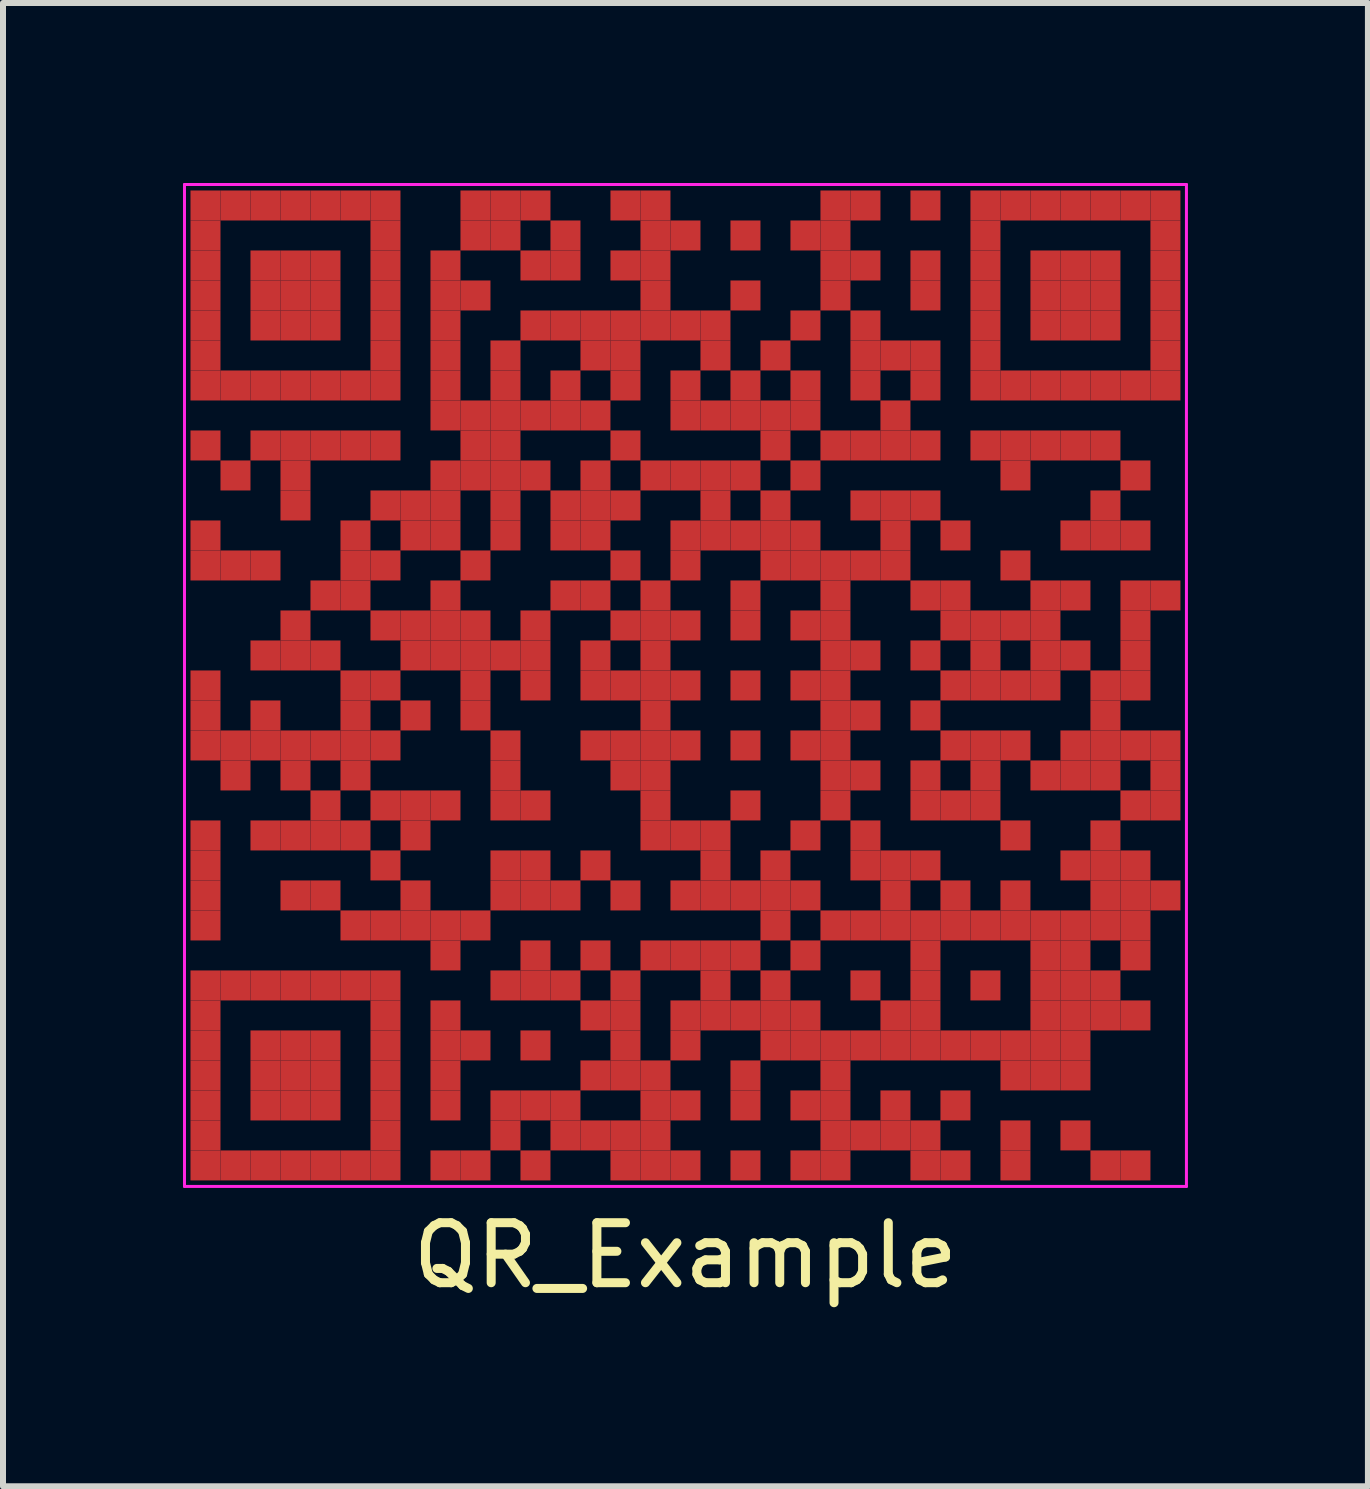
<source format=kicad_pcb>
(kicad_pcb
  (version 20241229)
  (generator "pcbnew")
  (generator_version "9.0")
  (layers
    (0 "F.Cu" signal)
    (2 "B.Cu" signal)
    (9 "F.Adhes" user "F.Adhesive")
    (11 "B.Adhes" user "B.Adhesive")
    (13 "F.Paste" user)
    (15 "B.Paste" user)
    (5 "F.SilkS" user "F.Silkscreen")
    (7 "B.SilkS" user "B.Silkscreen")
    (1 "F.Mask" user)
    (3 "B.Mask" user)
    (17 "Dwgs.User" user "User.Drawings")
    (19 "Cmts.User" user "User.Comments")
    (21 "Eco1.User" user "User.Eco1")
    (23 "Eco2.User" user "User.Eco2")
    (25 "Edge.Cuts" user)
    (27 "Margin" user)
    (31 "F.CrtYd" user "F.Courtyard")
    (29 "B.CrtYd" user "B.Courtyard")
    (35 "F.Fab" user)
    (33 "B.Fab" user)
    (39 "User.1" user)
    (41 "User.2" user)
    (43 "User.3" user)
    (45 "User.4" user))
  (footprint "QR_Example"
    (layer "F.Cu")
    (at 8.375 8.375)
    (property "Reference" "QR_Example" (at 0 9.5 0) (layer "F.SilkS") (effects (font (size 1 1) (thickness 0.15))))
    (attr through_hole)
    (fp_poly (pts (xy 8.3 8.3) (xy 8.3 -8.3) (xy -8.3 -8.3) (xy -8.3 8.3)) (stroke (width 0) (type solid)) (fill yes) (layer "F.Mask"))
    (fp_line (start -8.35 -8.35) (end 8.35 -8.35) (stroke (width 0.05) (type solid)) (layer "F.CrtYd"))
    (fp_line (start -8.35 8.35) (end -8.35 -8.35) (stroke (width 0.05) (type solid)) (layer "F.CrtYd"))
    (fp_line (start 8.35 -8.35) (end 8.35 8.35) (stroke (width 0.05) (type solid)) (layer "F.CrtYd"))
    (fp_line (start 8.35 8.35) (end -8.35 8.35) (stroke (width 0.05) (type solid)) (layer "F.CrtYd"))
    (pad "" smd rect (at -8 -8) (size 0.5 0.5) (layers "F.Cu"))
    (pad "" smd rect (at -8 -7.5) (size 0.5 0.5) (layers "F.Cu"))
    (pad "" smd rect (at -8 -7) (size 0.5 0.5) (layers "F.Cu"))
    (pad "" smd rect (at -8 -6.5) (size 0.5 0.5) (layers "F.Cu"))
    (pad "" smd rect (at -8 -6) (size 0.5 0.5) (layers "F.Cu"))
    (pad "" smd rect (at -8 -5.5) (size 0.5 0.5) (layers "F.Cu"))
    (pad "" smd rect (at -8 -5) (size 0.5 0.5) (layers "F.Cu"))
    (pad "" smd rect (at -8 -4) (size 0.5 0.5) (layers "F.Cu"))
    (pad "" smd rect (at -8 -2.5) (size 0.5 0.5) (layers "F.Cu"))
    (pad "" smd rect (at -8 -2) (size 0.5 0.5) (layers "F.Cu"))
    (pad "" smd rect (at -8 0) (size 0.5 0.5) (layers "F.Cu"))
    (pad "" smd rect (at -8 0.5) (size 0.5 0.5) (layers "F.Cu"))
    (pad "" smd rect (at -8 1) (size 0.5 0.5) (layers "F.Cu"))
    (pad "" smd rect (at -8 2.5) (size 0.5 0.5) (layers "F.Cu"))
    (pad "" smd rect (at -8 3) (size 0.5 0.5) (layers "F.Cu"))
    (pad "" smd rect (at -8 3.5) (size 0.5 0.5) (layers "F.Cu"))
    (pad "" smd rect (at -8 4) (size 0.5 0.5) (layers "F.Cu"))
    (pad "" smd rect (at -8 5) (size 0.5 0.5) (layers "F.Cu"))
    (pad "" smd rect (at -8 5.5) (size 0.5 0.5) (layers "F.Cu"))
    (pad "" smd rect (at -8 6) (size 0.5 0.5) (layers "F.Cu"))
    (pad "" smd rect (at -8 6.5) (size 0.5 0.5) (layers "F.Cu"))
    (pad "" smd rect (at -8 7) (size 0.5 0.5) (layers "F.Cu"))
    (pad "" smd rect (at -8 7.5) (size 0.5 0.5) (layers "F.Cu"))
    (pad "" smd rect (at -8 8) (size 0.5 0.5) (layers "F.Cu"))
    (pad "" smd rect (at -7.5 -8) (size 0.5 0.5) (layers "F.Cu"))
    (pad "" smd rect (at -7.5 -5) (size 0.5 0.5) (layers "F.Cu"))
    (pad "" smd rect (at -7.5 -3.5) (size 0.5 0.5) (layers "F.Cu"))
    (pad "" smd rect (at -7.5 -2) (size 0.5 0.5) (layers "F.Cu"))
    (pad "" smd rect (at -7.5 1) (size 0.5 0.5) (layers "F.Cu"))
    (pad "" smd rect (at -7.5 1.5) (size 0.5 0.5) (layers "F.Cu"))
    (pad "" smd rect (at -7.5 5) (size 0.5 0.5) (layers "F.Cu"))
    (pad "" smd rect (at -7.5 8) (size 0.5 0.5) (layers "F.Cu"))
    (pad "" smd rect (at -7 -8) (size 0.5 0.5) (layers "F.Cu"))
    (pad "" smd rect (at -7 -7) (size 0.5 0.5) (layers "F.Cu"))
    (pad "" smd rect (at -7 -6.5) (size 0.5 0.5) (layers "F.Cu"))
    (pad "" smd rect (at -7 -6) (size 0.5 0.5) (layers "F.Cu"))
    (pad "" smd rect (at -7 -5) (size 0.5 0.5) (layers "F.Cu"))
    (pad "" smd rect (at -7 -4) (size 0.5 0.5) (layers "F.Cu"))
    (pad "" smd rect (at -7 -2) (size 0.5 0.5) (layers "F.Cu"))
    (pad "" smd rect (at -7 -0.5) (size 0.5 0.5) (layers "F.Cu"))
    (pad "" smd rect (at -7 0.5) (size 0.5 0.5) (layers "F.Cu"))
    (pad "" smd rect (at -7 1) (size 0.5 0.5) (layers "F.Cu"))
    (pad "" smd rect (at -7 2.5) (size 0.5 0.5) (layers "F.Cu"))
    (pad "" smd rect (at -7 5) (size 0.5 0.5) (layers "F.Cu"))
    (pad "" smd rect (at -7 6) (size 0.5 0.5) (layers "F.Cu"))
    (pad "" smd rect (at -7 6.5) (size 0.5 0.5) (layers "F.Cu"))
    (pad "" smd rect (at -7 7) (size 0.5 0.5) (layers "F.Cu"))
    (pad "" smd rect (at -7 8) (size 0.5 0.5) (layers "F.Cu"))
    (pad "" smd rect (at -6.5 -8) (size 0.5 0.5) (layers "F.Cu"))
    (pad "" smd rect (at -6.5 -7) (size 0.5 0.5) (layers "F.Cu"))
    (pad "" smd rect (at -6.5 -6.5) (size 0.5 0.5) (layers "F.Cu"))
    (pad "" smd rect (at -6.5 -6) (size 0.5 0.5) (layers "F.Cu"))
    (pad "" smd rect (at -6.5 -5) (size 0.5 0.5) (layers "F.Cu"))
    (pad "" smd rect (at -6.5 -4) (size 0.5 0.5) (layers "F.Cu"))
    (pad "" smd rect (at -6.5 -3.5) (size 0.5 0.5) (layers "F.Cu"))
    (pad "" smd rect (at -6.5 -3) (size 0.5 0.5) (layers "F.Cu"))
    (pad "" smd rect (at -6.5 -1) (size 0.5 0.5) (layers "F.Cu"))
    (pad "" smd rect (at -6.5 -0.5) (size 0.5 0.5) (layers "F.Cu"))
    (pad "" smd rect (at -6.5 1) (size 0.5 0.5) (layers "F.Cu"))
    (pad "" smd rect (at -6.5 1.5) (size 0.5 0.5) (layers "F.Cu"))
    (pad "" smd rect (at -6.5 2.5) (size 0.5 0.5) (layers "F.Cu"))
    (pad "" smd rect (at -6.5 3.5) (size 0.5 0.5) (layers "F.Cu"))
    (pad "" smd rect (at -6.5 5) (size 0.5 0.5) (layers "F.Cu"))
    (pad "" smd rect (at -6.5 6) (size 0.5 0.5) (layers "F.Cu"))
    (pad "" smd rect (at -6.5 6.5) (size 0.5 0.5) (layers "F.Cu"))
    (pad "" smd rect (at -6.5 7) (size 0.5 0.5) (layers "F.Cu"))
    (pad "" smd rect (at -6.5 8) (size 0.5 0.5) (layers "F.Cu"))
    (pad "" smd rect (at -6 -8) (size 0.5 0.5) (layers "F.Cu"))
    (pad "" smd rect (at -6 -7) (size 0.5 0.5) (layers "F.Cu"))
    (pad "" smd rect (at -6 -6.5) (size 0.5 0.5) (layers "F.Cu"))
    (pad "" smd rect (at -6 -6) (size 0.5 0.5) (layers "F.Cu"))
    (pad "" smd rect (at -6 -5) (size 0.5 0.5) (layers "F.Cu"))
    (pad "" smd rect (at -6 -4) (size 0.5 0.5) (layers "F.Cu"))
    (pad "" smd rect (at -6 -1.5) (size 0.5 0.5) (layers "F.Cu"))
    (pad "" smd rect (at -6 -0.5) (size 0.5 0.5) (layers "F.Cu"))
    (pad "" smd rect (at -6 1) (size 0.5 0.5) (layers "F.Cu"))
    (pad "" smd rect (at -6 2) (size 0.5 0.5) (layers "F.Cu"))
    (pad "" smd rect (at -6 2.5) (size 0.5 0.5) (layers "F.Cu"))
    (pad "" smd rect (at -6 3.5) (size 0.5 0.5) (layers "F.Cu"))
    (pad "" smd rect (at -6 5) (size 0.5 0.5) (layers "F.Cu"))
    (pad "" smd rect (at -6 6) (size 0.5 0.5) (layers "F.Cu"))
    (pad "" smd rect (at -6 6.5) (size 0.5 0.5) (layers "F.Cu"))
    (pad "" smd rect (at -6 7) (size 0.5 0.5) (layers "F.Cu"))
    (pad "" smd rect (at -6 8) (size 0.5 0.5) (layers "F.Cu"))
    (pad "" smd rect (at -5.5 -8) (size 0.5 0.5) (layers "F.Cu"))
    (pad "" smd rect (at -5.5 -5) (size 0.5 0.5) (layers "F.Cu"))
    (pad "" smd rect (at -5.5 -4) (size 0.5 0.5) (layers "F.Cu"))
    (pad "" smd rect (at -5.5 -2.5) (size 0.5 0.5) (layers "F.Cu"))
    (pad "" smd rect (at -5.5 -2) (size 0.5 0.5) (layers "F.Cu"))
    (pad "" smd rect (at -5.5 -1.5) (size 0.5 0.5) (layers "F.Cu"))
    (pad "" smd rect (at -5.5 0) (size 0.5 0.5) (layers "F.Cu"))
    (pad "" smd rect (at -5.5 0.5) (size 0.5 0.5) (layers "F.Cu"))
    (pad "" smd rect (at -5.5 1) (size 0.5 0.5) (layers "F.Cu"))
    (pad "" smd rect (at -5.5 1.5) (size 0.5 0.5) (layers "F.Cu"))
    (pad "" smd rect (at -5.5 2.5) (size 0.5 0.5) (layers "F.Cu"))
    (pad "" smd rect (at -5.5 4) (size 0.5 0.5) (layers "F.Cu"))
    (pad "" smd rect (at -5.5 5) (size 0.5 0.5) (layers "F.Cu"))
    (pad "" smd rect (at -5.5 8) (size 0.5 0.5) (layers "F.Cu"))
    (pad "" smd rect (at -5 -8) (size 0.5 0.5) (layers "F.Cu"))
    (pad "" smd rect (at -5 -7.5) (size 0.5 0.5) (layers "F.Cu"))
    (pad "" smd rect (at -5 -7) (size 0.5 0.5) (layers "F.Cu"))
    (pad "" smd rect (at -5 -6.5) (size 0.5 0.5) (layers "F.Cu"))
    (pad "" smd rect (at -5 -6) (size 0.5 0.5) (layers "F.Cu"))
    (pad "" smd rect (at -5 -5.5) (size 0.5 0.5) (layers "F.Cu"))
    (pad "" smd rect (at -5 -5) (size 0.5 0.5) (layers "F.Cu"))
    (pad "" smd rect (at -5 -4) (size 0.5 0.5) (layers "F.Cu"))
    (pad "" smd rect (at -5 -3) (size 0.5 0.5) (layers "F.Cu"))
    (pad "" smd rect (at -5 -2) (size 0.5 0.5) (layers "F.Cu"))
    (pad "" smd rect (at -5 -1) (size 0.5 0.5) (layers "F.Cu"))
    (pad "" smd rect (at -5 0) (size 0.5 0.5) (layers "F.Cu"))
    (pad "" smd rect (at -5 1) (size 0.5 0.5) (layers "F.Cu"))
    (pad "" smd rect (at -5 2) (size 0.5 0.5) (layers "F.Cu"))
    (pad "" smd rect (at -5 3) (size 0.5 0.5) (layers "F.Cu"))
    (pad "" smd rect (at -5 4) (size 0.5 0.5) (layers "F.Cu"))
    (pad "" smd rect (at -5 5) (size 0.5 0.5) (layers "F.Cu"))
    (pad "" smd rect (at -5 5.5) (size 0.5 0.5) (layers "F.Cu"))
    (pad "" smd rect (at -5 6) (size 0.5 0.5) (layers "F.Cu"))
    (pad "" smd rect (at -5 6.5) (size 0.5 0.5) (layers "F.Cu"))
    (pad "" smd rect (at -5 7) (size 0.5 0.5) (layers "F.Cu"))
    (pad "" smd rect (at -5 7.5) (size 0.5 0.5) (layers "F.Cu"))
    (pad "" smd rect (at -5 8) (size 0.5 0.5) (layers "F.Cu"))
    (pad "" smd rect (at -4.5 -3) (size 0.5 0.5) (layers "F.Cu"))
    (pad "" smd rect (at -4.5 -2.5) (size 0.5 0.5) (layers "F.Cu"))
    (pad "" smd rect (at -4.5 -1) (size 0.5 0.5) (layers "F.Cu"))
    (pad "" smd rect (at -4.5 -0.5) (size 0.5 0.5) (layers "F.Cu"))
    (pad "" smd rect (at -4.5 0.5) (size 0.5 0.5) (layers "F.Cu"))
    (pad "" smd rect (at -4.5 2) (size 0.5 0.5) (layers "F.Cu"))
    (pad "" smd rect (at -4.5 2.5) (size 0.5 0.5) (layers "F.Cu"))
    (pad "" smd rect (at -4.5 3.5) (size 0.5 0.5) (layers "F.Cu"))
    (pad "" smd rect (at -4.5 4) (size 0.5 0.5) (layers "F.Cu"))
    (pad "" smd rect (at -4 -7) (size 0.5 0.5) (layers "F.Cu"))
    (pad "" smd rect (at -4 -6.5) (size 0.5 0.5) (layers "F.Cu"))
    (pad "" smd rect (at -4 -6) (size 0.5 0.5) (layers "F.Cu"))
    (pad "" smd rect (at -4 -5.5) (size 0.5 0.5) (layers "F.Cu"))
    (pad "" smd rect (at -4 -5) (size 0.5 0.5) (layers "F.Cu"))
    (pad "" smd rect (at -4 -4.5) (size 0.5 0.5) (layers "F.Cu"))
    (pad "" smd rect (at -4 -3.5) (size 0.5 0.5) (layers "F.Cu"))
    (pad "" smd rect (at -4 -3) (size 0.5 0.5) (layers "F.Cu"))
    (pad "" smd rect (at -4 -2.5) (size 0.5 0.5) (layers "F.Cu"))
    (pad "" smd rect (at -4 -1.5) (size 0.5 0.5) (layers "F.Cu"))
    (pad "" smd rect (at -4 -1) (size 0.5 0.5) (layers "F.Cu"))
    (pad "" smd rect (at -4 -0.5) (size 0.5 0.5) (layers "F.Cu"))
    (pad "" smd rect (at -4 2) (size 0.5 0.5) (layers "F.Cu"))
    (pad "" smd rect (at -4 4) (size 0.5 0.5) (layers "F.Cu"))
    (pad "" smd rect (at -4 4.5) (size 0.5 0.5) (layers "F.Cu"))
    (pad "" smd rect (at -4 5.5) (size 0.5 0.5) (layers "F.Cu"))
    (pad "" smd rect (at -4 6) (size 0.5 0.5) (layers "F.Cu"))
    (pad "" smd rect (at -4 6.5) (size 0.5 0.5) (layers "F.Cu"))
    (pad "" smd rect (at -4 7) (size 0.5 0.5) (layers "F.Cu"))
    (pad "" smd rect (at -4 8) (size 0.5 0.5) (layers "F.Cu"))
    (pad "" smd rect (at -3.5 -8) (size 0.5 0.5) (layers "F.Cu"))
    (pad "" smd rect (at -3.5 -7.5) (size 0.5 0.5) (layers "F.Cu"))
    (pad "" smd rect (at -3.5 -6.5) (size 0.5 0.5) (layers "F.Cu"))
    (pad "" smd rect (at -3.5 -4.5) (size 0.5 0.5) (layers "F.Cu"))
    (pad "" smd rect (at -3.5 -4) (size 0.5 0.5) (layers "F.Cu"))
    (pad "" smd rect (at -3.5 -3.5) (size 0.5 0.5) (layers "F.Cu"))
    (pad "" smd rect (at -3.5 -2) (size 0.5 0.5) (layers "F.Cu"))
    (pad "" smd rect (at -3.5 -1) (size 0.5 0.5) (layers "F.Cu"))
    (pad "" smd rect (at -3.5 -0.5) (size 0.5 0.5) (layers "F.Cu"))
    (pad "" smd rect (at -3.5 0) (size 0.5 0.5) (layers "F.Cu"))
    (pad "" smd rect (at -3.5 0.5) (size 0.5 0.5) (layers "F.Cu"))
    (pad "" smd rect (at -3.5 4) (size 0.5 0.5) (layers "F.Cu"))
    (pad "" smd rect (at -3.5 6) (size 0.5 0.5) (layers "F.Cu"))
    (pad "" smd rect (at -3.5 8) (size 0.5 0.5) (layers "F.Cu"))
    (pad "" smd rect (at -3 -8) (size 0.5 0.5) (layers "F.Cu"))
    (pad "" smd rect (at -3 -7.5) (size 0.5 0.5) (layers "F.Cu"))
    (pad "" smd rect (at -3 -5.5) (size 0.5 0.5) (layers "F.Cu"))
    (pad "" smd rect (at -3 -5) (size 0.5 0.5) (layers "F.Cu"))
    (pad "" smd rect (at -3 -4.5) (size 0.5 0.5) (layers "F.Cu"))
    (pad "" smd rect (at -3 -4) (size 0.5 0.5) (layers "F.Cu"))
    (pad "" smd rect (at -3 -3.5) (size 0.5 0.5) (layers "F.Cu"))
    (pad "" smd rect (at -3 -3) (size 0.5 0.5) (layers "F.Cu"))
    (pad "" smd rect (at -3 -2.5) (size 0.5 0.5) (layers "F.Cu"))
    (pad "" smd rect (at -3 -0.5) (size 0.5 0.5) (layers "F.Cu"))
    (pad "" smd rect (at -3 1) (size 0.5 0.5) (layers "F.Cu"))
    (pad "" smd rect (at -3 1.5) (size 0.5 0.5) (layers "F.Cu"))
    (pad "" smd rect (at -3 2) (size 0.5 0.5) (layers "F.Cu"))
    (pad "" smd rect (at -3 3) (size 0.5 0.5) (layers "F.Cu"))
    (pad "" smd rect (at -3 3.5) (size 0.5 0.5) (layers "F.Cu"))
    (pad "" smd rect (at -3 5) (size 0.5 0.5) (layers "F.Cu"))
    (pad "" smd rect (at -3 7) (size 0.5 0.5) (layers "F.Cu"))
    (pad "" smd rect (at -3 7.5) (size 0.5 0.5) (layers "F.Cu"))
    (pad "" smd rect (at -2.5 -8) (size 0.5 0.5) (layers "F.Cu"))
    (pad "" smd rect (at -2.5 -7) (size 0.5 0.5) (layers "F.Cu"))
    (pad "" smd rect (at -2.5 -6) (size 0.5 0.5) (layers "F.Cu"))
    (pad "" smd rect (at -2.5 -4.5) (size 0.5 0.5) (layers "F.Cu"))
    (pad "" smd rect (at -2.5 -3.5) (size 0.5 0.5) (layers "F.Cu"))
    (pad "" smd rect (at -2.5 -1) (size 0.5 0.5) (layers "F.Cu"))
    (pad "" smd rect (at -2.5 -0.5) (size 0.5 0.5) (layers "F.Cu"))
    (pad "" smd rect (at -2.5 0) (size 0.5 0.5) (layers "F.Cu"))
    (pad "" smd rect (at -2.5 2) (size 0.5 0.5) (layers "F.Cu"))
    (pad "" smd rect (at -2.5 3) (size 0.5 0.5) (layers "F.Cu"))
    (pad "" smd rect (at -2.5 3.5) (size 0.5 0.5) (layers "F.Cu"))
    (pad "" smd rect (at -2.5 4.5) (size 0.5 0.5) (layers "F.Cu"))
    (pad "" smd rect (at -2.5 5) (size 0.5 0.5) (layers "F.Cu"))
    (pad "" smd rect (at -2.5 6) (size 0.5 0.5) (layers "F.Cu"))
    (pad "" smd rect (at -2.5 7) (size 0.5 0.5) (layers "F.Cu"))
    (pad "" smd rect (at -2.5 8) (size 0.5 0.5) (layers "F.Cu"))
    (pad "" smd rect (at -2 -7.5) (size 0.5 0.5) (layers "F.Cu"))
    (pad "" smd rect (at -2 -7) (size 0.5 0.5) (layers "F.Cu"))
    (pad "" smd rect (at -2 -6) (size 0.5 0.5) (layers "F.Cu"))
    (pad "" smd rect (at -2 -5) (size 0.5 0.5) (layers "F.Cu"))
    (pad "" smd rect (at -2 -4.5) (size 0.5 0.5) (layers "F.Cu"))
    (pad "" smd rect (at -2 -3) (size 0.5 0.5) (layers "F.Cu"))
    (pad "" smd rect (at -2 -2.5) (size 0.5 0.5) (layers "F.Cu"))
    (pad "" smd rect (at -2 -1.5) (size 0.5 0.5) (layers "F.Cu"))
    (pad "" smd rect (at -2 3.5) (size 0.5 0.5) (layers "F.Cu"))
    (pad "" smd rect (at -2 5) (size 0.5 0.5) (layers "F.Cu"))
    (pad "" smd rect (at -2 7) (size 0.5 0.5) (layers "F.Cu"))
    (pad "" smd rect (at -2 7.5) (size 0.5 0.5) (layers "F.Cu"))
    (pad "" smd rect (at -1.5 -6) (size 0.5 0.5) (layers "F.Cu"))
    (pad "" smd rect (at -1.5 -5.5) (size 0.5 0.5) (layers "F.Cu"))
    (pad "" smd rect (at -1.5 -4.5) (size 0.5 0.5) (layers "F.Cu"))
    (pad "" smd rect (at -1.5 -3.5) (size 0.5 0.5) (layers "F.Cu"))
    (pad "" smd rect (at -1.5 -3) (size 0.5 0.5) (layers "F.Cu"))
    (pad "" smd rect (at -1.5 -2.5) (size 0.5 0.5) (layers "F.Cu"))
    (pad "" smd rect (at -1.5 -1.5) (size 0.5 0.5) (layers "F.Cu"))
    (pad "" smd rect (at -1.5 -0.5) (size 0.5 0.5) (layers "F.Cu"))
    (pad "" smd rect (at -1.5 0) (size 0.5 0.5) (layers "F.Cu"))
    (pad "" smd rect (at -1.5 1) (size 0.5 0.5) (layers "F.Cu"))
    (pad "" smd rect (at -1.5 3) (size 0.5 0.5) (layers "F.Cu"))
    (pad "" smd rect (at -1.5 4.5) (size 0.5 0.5) (layers "F.Cu"))
    (pad "" smd rect (at -1.5 5.5) (size 0.5 0.5) (layers "F.Cu"))
    (pad "" smd rect (at -1.5 6.5) (size 0.5 0.5) (layers "F.Cu"))
    (pad "" smd rect (at -1.5 7.5) (size 0.5 0.5) (layers "F.Cu"))
    (pad "" smd rect (at -1 -8) (size 0.5 0.5) (layers "F.Cu"))
    (pad "" smd rect (at -1 -7) (size 0.5 0.5) (layers "F.Cu"))
    (pad "" smd rect (at -1 -6) (size 0.5 0.5) (layers "F.Cu"))
    (pad "" smd rect (at -1 -5.5) (size 0.5 0.5) (layers "F.Cu"))
    (pad "" smd rect (at -1 -5) (size 0.5 0.5) (layers "F.Cu"))
    (pad "" smd rect (at -1 -4) (size 0.5 0.5) (layers "F.Cu"))
    (pad "" smd rect (at -1 -3) (size 0.5 0.5) (layers "F.Cu"))
    (pad "" smd rect (at -1 -2) (size 0.5 0.5) (layers "F.Cu"))
    (pad "" smd rect (at -1 -1) (size 0.5 0.5) (layers "F.Cu"))
    (pad "" smd rect (at -1 0) (size 0.5 0.5) (layers "F.Cu"))
    (pad "" smd rect (at -1 1) (size 0.5 0.5) (layers "F.Cu"))
    (pad "" smd rect (at -1 1.5) (size 0.5 0.5) (layers "F.Cu"))
    (pad "" smd rect (at -1 3.5) (size 0.5 0.5) (layers "F.Cu"))
    (pad "" smd rect (at -1 5) (size 0.5 0.5) (layers "F.Cu"))
    (pad "" smd rect (at -1 5.5) (size 0.5 0.5) (layers "F.Cu"))
    (pad "" smd rect (at -1 6) (size 0.5 0.5) (layers "F.Cu"))
    (pad "" smd rect (at -1 6.5) (size 0.5 0.5) (layers "F.Cu"))
    (pad "" smd rect (at -1 7.5) (size 0.5 0.5) (layers "F.Cu"))
    (pad "" smd rect (at -1 8) (size 0.5 0.5) (layers "F.Cu"))
    (pad "" smd rect (at -0.5 -8) (size 0.5 0.5) (layers "F.Cu"))
    (pad "" smd rect (at -0.5 -7.5) (size 0.5 0.5) (layers "F.Cu"))
    (pad "" smd rect (at -0.5 -7) (size 0.5 0.5) (layers "F.Cu"))
    (pad "" smd rect (at -0.5 -6.5) (size 0.5 0.5) (layers "F.Cu"))
    (pad "" smd rect (at -0.5 -6) (size 0.5 0.5) (layers "F.Cu"))
    (pad "" smd rect (at -0.5 -3.5) (size 0.5 0.5) (layers "F.Cu"))
    (pad "" smd rect (at -0.5 -1.5) (size 0.5 0.5) (layers "F.Cu"))
    (pad "" smd rect (at -0.5 -1) (size 0.5 0.5) (layers "F.Cu"))
    (pad "" smd rect (at -0.5 -0.5) (size 0.5 0.5) (layers "F.Cu"))
    (pad "" smd rect (at -0.5 0) (size 0.5 0.5) (layers "F.Cu"))
    (pad "" smd rect (at -0.5 0.5) (size 0.5 0.5) (layers "F.Cu"))
    (pad "" smd rect (at -0.5 1) (size 0.5 0.5) (layers "F.Cu"))
    (pad "" smd rect (at -0.5 1.5) (size 0.5 0.5) (layers "F.Cu"))
    (pad "" smd rect (at -0.5 2) (size 0.5 0.5) (layers "F.Cu"))
    (pad "" smd rect (at -0.5 2.5) (size 0.5 0.5) (layers "F.Cu"))
    (pad "" smd rect (at -0.5 4.5) (size 0.5 0.5) (layers "F.Cu"))
    (pad "" smd rect (at -0.5 6.5) (size 0.5 0.5) (layers "F.Cu"))
    (pad "" smd rect (at -0.5 7) (size 0.5 0.5) (layers "F.Cu"))
    (pad "" smd rect (at -0.5 7.5) (size 0.5 0.5) (layers "F.Cu"))
    (pad "" smd rect (at -0.5 8) (size 0.5 0.5) (layers "F.Cu"))
    (pad "" smd rect (at 0 -7.5) (size 0.5 0.5) (layers "F.Cu"))
    (pad "" smd rect (at 0 -6) (size 0.5 0.5) (layers "F.Cu"))
    (pad "" smd rect (at 0 -5) (size 0.5 0.5) (layers "F.Cu"))
    (pad "" smd rect (at 0 -4.5) (size 0.5 0.5) (layers "F.Cu"))
    (pad "" smd rect (at 0 -3.5) (size 0.5 0.5) (layers "F.Cu"))
    (pad "" smd rect (at 0 -2.5) (size 0.5 0.5) (layers "F.Cu"))
    (pad "" smd rect (at 0 -2) (size 0.5 0.5) (layers "F.Cu"))
    (pad "" smd rect (at 0 -1) (size 0.5 0.5) (layers "F.Cu"))
    (pad "" smd rect (at 0 0) (size 0.5 0.5) (layers "F.Cu"))
    (pad "" smd rect (at 0 1) (size 0.5 0.5) (layers "F.Cu"))
    (pad "" smd rect (at 0 2.5) (size 0.5 0.5) (layers "F.Cu"))
    (pad "" smd rect (at 0 3.5) (size 0.5 0.5) (layers "F.Cu"))
    (pad "" smd rect (at 0 4.5) (size 0.5 0.5) (layers "F.Cu"))
    (pad "" smd rect (at 0 5.5) (size 0.5 0.5) (layers "F.Cu"))
    (pad "" smd rect (at 0 6) (size 0.5 0.5) (layers "F.Cu"))
    (pad "" smd rect (at 0 7) (size 0.5 0.5) (layers "F.Cu"))
    (pad "" smd rect (at 0 8) (size 0.5 0.5) (layers "F.Cu"))
    (pad "" smd rect (at 0.5 -6) (size 0.5 0.5) (layers "F.Cu"))
    (pad "" smd rect (at 0.5 -5.5) (size 0.5 0.5) (layers "F.Cu"))
    (pad "" smd rect (at 0.5 -4.5) (size 0.5 0.5) (layers "F.Cu"))
    (pad "" smd rect (at 0.5 -3.5) (size 0.5 0.5) (layers "F.Cu"))
    (pad "" smd rect (at 0.5 -3) (size 0.5 0.5) (layers "F.Cu"))
    (pad "" smd rect (at 0.5 -2.5) (size 0.5 0.5) (layers "F.Cu"))
    (pad "" smd rect (at 0.5 2.5) (size 0.5 0.5) (layers "F.Cu"))
    (pad "" smd rect (at 0.5 3) (size 0.5 0.5) (layers "F.Cu"))
    (pad "" smd rect (at 0.5 3.5) (size 0.5 0.5) (layers "F.Cu"))
    (pad "" smd rect (at 0.5 4.5) (size 0.5 0.5) (layers "F.Cu"))
    (pad "" smd rect (at 0.5 5) (size 0.5 0.5) (layers "F.Cu"))
    (pad "" smd rect (at 0.5 5.5) (size 0.5 0.5) (layers "F.Cu"))
    (pad "" smd rect (at 1 -7.5) (size 0.5 0.5) (layers "F.Cu"))
    (pad "" smd rect (at 1 -6.5) (size 0.5 0.5) (layers "F.Cu"))
    (pad "" smd rect (at 1 -5) (size 0.5 0.5) (layers "F.Cu"))
    (pad "" smd rect (at 1 -4.5) (size 0.5 0.5) (layers "F.Cu"))
    (pad "" smd rect (at 1 -3.5) (size 0.5 0.5) (layers "F.Cu"))
    (pad "" smd rect (at 1 -2.5) (size 0.5 0.5) (layers "F.Cu"))
    (pad "" smd rect (at 1 -1.5) (size 0.5 0.5) (layers "F.Cu"))
    (pad "" smd rect (at 1 -1) (size 0.5 0.5) (layers "F.Cu"))
    (pad "" smd rect (at 1 0) (size 0.5 0.5) (layers "F.Cu"))
    (pad "" smd rect (at 1 1) (size 0.5 0.5) (layers "F.Cu"))
    (pad "" smd rect (at 1 2) (size 0.5 0.5) (layers "F.Cu"))
    (pad "" smd rect (at 1 3.5) (size 0.5 0.5) (layers "F.Cu"))
    (pad "" smd rect (at 1 4.5) (size 0.5 0.5) (layers "F.Cu"))
    (pad "" smd rect (at 1 5.5) (size 0.5 0.5) (layers "F.Cu"))
    (pad "" smd rect (at 1 6.5) (size 0.5 0.5) (layers "F.Cu"))
    (pad "" smd rect (at 1 7) (size 0.5 0.5) (layers "F.Cu"))
    (pad "" smd rect (at 1 8) (size 0.5 0.5) (layers "F.Cu"))
    (pad "" smd rect (at 1.5 -5.5) (size 0.5 0.5) (layers "F.Cu"))
    (pad "" smd rect (at 1.5 -4.5) (size 0.5 0.5) (layers "F.Cu"))
    (pad "" smd rect (at 1.5 -4) (size 0.5 0.5) (layers "F.Cu"))
    (pad "" smd rect (at 1.5 -3) (size 0.5 0.5) (layers "F.Cu"))
    (pad "" smd rect (at 1.5 -2.5) (size 0.5 0.5) (layers "F.Cu"))
    (pad "" smd rect (at 1.5 -2) (size 0.5 0.5) (layers "F.Cu"))
    (pad "" smd rect (at 1.5 3) (size 0.5 0.5) (layers "F.Cu"))
    (pad "" smd rect (at 1.5 3.5) (size 0.5 0.5) (layers "F.Cu"))
    (pad "" smd rect (at 1.5 4) (size 0.5 0.5) (layers "F.Cu"))
    (pad "" smd rect (at 1.5 5) (size 0.5 0.5) (layers "F.Cu"))
    (pad "" smd rect (at 1.5 5.5) (size 0.5 0.5) (layers "F.Cu"))
    (pad "" smd rect (at 1.5 6) (size 0.5 0.5) (layers "F.Cu"))
    (pad "" smd rect (at 2 -7.5) (size 0.5 0.5) (layers "F.Cu"))
    (pad "" smd rect (at 2 -6) (size 0.5 0.5) (layers "F.Cu"))
    (pad "" smd rect (at 2 -5) (size 0.5 0.5) (layers "F.Cu"))
    (pad "" smd rect (at 2 -4.5) (size 0.5 0.5) (layers "F.Cu"))
    (pad "" smd rect (at 2 -3.5) (size 0.5 0.5) (layers "F.Cu"))
    (pad "" smd rect (at 2 -2.5) (size 0.5 0.5) (layers "F.Cu"))
    (pad "" smd rect (at 2 -2) (size 0.5 0.5) (layers "F.Cu"))
    (pad "" smd rect (at 2 -1) (size 0.5 0.5) (layers "F.Cu"))
    (pad "" smd rect (at 2 0) (size 0.5 0.5) (layers "F.Cu"))
    (pad "" smd rect (at 2 1) (size 0.5 0.5) (layers "F.Cu"))
    (pad "" smd rect (at 2 2.5) (size 0.5 0.5) (layers "F.Cu"))
    (pad "" smd rect (at 2 3.5) (size 0.5 0.5) (layers "F.Cu"))
    (pad "" smd rect (at 2 4.5) (size 0.5 0.5) (layers "F.Cu"))
    (pad "" smd rect (at 2 5.5) (size 0.5 0.5) (layers "F.Cu"))
    (pad "" smd rect (at 2 6) (size 0.5 0.5) (layers "F.Cu"))
    (pad "" smd rect (at 2 7) (size 0.5 0.5) (layers "F.Cu"))
    (pad "" smd rect (at 2 8) (size 0.5 0.5) (layers "F.Cu"))
    (pad "" smd rect (at 2.5 -8) (size 0.5 0.5) (layers "F.Cu"))
    (pad "" smd rect (at 2.5 -7.5) (size 0.5 0.5) (layers "F.Cu"))
    (pad "" smd rect (at 2.5 -7) (size 0.5 0.5) (layers "F.Cu"))
    (pad "" smd rect (at 2.5 -6.5) (size 0.5 0.5) (layers "F.Cu"))
    (pad "" smd rect (at 2.5 -4) (size 0.5 0.5) (layers "F.Cu"))
    (pad "" smd rect (at 2.5 -2) (size 0.5 0.5) (layers "F.Cu"))
    (pad "" smd rect (at 2.5 -1.5) (size 0.5 0.5) (layers "F.Cu"))
    (pad "" smd rect (at 2.5 -1) (size 0.5 0.5) (layers "F.Cu"))
    (pad "" smd rect (at 2.5 -0.5) (size 0.5 0.5) (layers "F.Cu"))
    (pad "" smd rect (at 2.5 0) (size 0.5 0.5) (layers "F.Cu"))
    (pad "" smd rect (at 2.5 0.5) (size 0.5 0.5) (layers "F.Cu"))
    (pad "" smd rect (at 2.5 1) (size 0.5 0.5) (layers "F.Cu"))
    (pad "" smd rect (at 2.5 1.5) (size 0.5 0.5) (layers "F.Cu"))
    (pad "" smd rect (at 2.5 2) (size 0.5 0.5) (layers "F.Cu"))
    (pad "" smd rect (at 2.5 4) (size 0.5 0.5) (layers "F.Cu"))
    (pad "" smd rect (at 2.5 6) (size 0.5 0.5) (layers "F.Cu"))
    (pad "" smd rect (at 2.5 6.5) (size 0.5 0.5) (layers "F.Cu"))
    (pad "" smd rect (at 2.5 7) (size 0.5 0.5) (layers "F.Cu"))
    (pad "" smd rect (at 2.5 7.5) (size 0.5 0.5) (layers "F.Cu"))
    (pad "" smd rect (at 2.5 8) (size 0.5 0.5) (layers "F.Cu"))
    (pad "" smd rect (at 3 -8) (size 0.5 0.5) (layers "F.Cu"))
    (pad "" smd rect (at 3 -7) (size 0.5 0.5) (layers "F.Cu"))
    (pad "" smd rect (at 3 -6) (size 0.5 0.5) (layers "F.Cu"))
    (pad "" smd rect (at 3 -5.5) (size 0.5 0.5) (layers "F.Cu"))
    (pad "" smd rect (at 3 -5) (size 0.5 0.5) (layers "F.Cu"))
    (pad "" smd rect (at 3 -4) (size 0.5 0.5) (layers "F.Cu"))
    (pad "" smd rect (at 3 -3) (size 0.5 0.5) (layers "F.Cu"))
    (pad "" smd rect (at 3 -2) (size 0.5 0.5) (layers "F.Cu"))
    (pad "" smd rect (at 3 -0.5) (size 0.5 0.5) (layers "F.Cu"))
    (pad "" smd rect (at 3 0.5) (size 0.5 0.5) (layers "F.Cu"))
    (pad "" smd rect (at 3 1.5) (size 0.5 0.5) (layers "F.Cu"))
    (pad "" smd rect (at 3 2.5) (size 0.5 0.5) (layers "F.Cu"))
    (pad "" smd rect (at 3 3) (size 0.5 0.5) (layers "F.Cu"))
    (pad "" smd rect (at 3 4) (size 0.5 0.5) (layers "F.Cu"))
    (pad "" smd rect (at 3 5) (size 0.5 0.5) (layers "F.Cu"))
    (pad "" smd rect (at 3 6) (size 0.5 0.5) (layers "F.Cu"))
    (pad "" smd rect (at 3 7.5) (size 0.5 0.5) (layers "F.Cu"))
    (pad "" smd rect (at 3.5 -5.5) (size 0.5 0.5) (layers "F.Cu"))
    (pad "" smd rect (at 3.5 -4.5) (size 0.5 0.5) (layers "F.Cu"))
    (pad "" smd rect (at 3.5 -4) (size 0.5 0.5) (layers "F.Cu"))
    (pad "" smd rect (at 3.5 -3) (size 0.5 0.5) (layers "F.Cu"))
    (pad "" smd rect (at 3.5 -2.5) (size 0.5 0.5) (layers "F.Cu"))
    (pad "" smd rect (at 3.5 -2) (size 0.5 0.5) (layers "F.Cu"))
    (pad "" smd rect (at 3.5 3) (size 0.5 0.5) (layers "F.Cu"))
    (pad "" smd rect (at 3.5 3.5) (size 0.5 0.5) (layers "F.Cu"))
    (pad "" smd rect (at 3.5 4) (size 0.5 0.5) (layers "F.Cu"))
    (pad "" smd rect (at 3.5 5.5) (size 0.5 0.5) (layers "F.Cu"))
    (pad "" smd rect (at 3.5 6) (size 0.5 0.5) (layers "F.Cu"))
    (pad "" smd rect (at 3.5 7) (size 0.5 0.5) (layers "F.Cu"))
    (pad "" smd rect (at 3.5 7.5) (size 0.5 0.5) (layers "F.Cu"))
    (pad "" smd rect (at 4 -8) (size 0.5 0.5) (layers "F.Cu"))
    (pad "" smd rect (at 4 -7) (size 0.5 0.5) (layers "F.Cu"))
    (pad "" smd rect (at 4 -6.5) (size 0.5 0.5) (layers "F.Cu"))
    (pad "" smd rect (at 4 -5.5) (size 0.5 0.5) (layers "F.Cu"))
    (pad "" smd rect (at 4 -5) (size 0.5 0.5) (layers "F.Cu"))
    (pad "" smd rect (at 4 -4) (size 0.5 0.5) (layers "F.Cu"))
    (pad "" smd rect (at 4 -3) (size 0.5 0.5) (layers "F.Cu"))
    (pad "" smd rect (at 4 -1.5) (size 0.5 0.5) (layers "F.Cu"))
    (pad "" smd rect (at 4 -0.5) (size 0.5 0.5) (layers "F.Cu"))
    (pad "" smd rect (at 4 0.5) (size 0.5 0.5) (layers "F.Cu"))
    (pad "" smd rect (at 4 1.5) (size 0.5 0.5) (layers "F.Cu"))
    (pad "" smd rect (at 4 2) (size 0.5 0.5) (layers "F.Cu"))
    (pad "" smd rect (at 4 3) (size 0.5 0.5) (layers "F.Cu"))
    (pad "" smd rect (at 4 4) (size 0.5 0.5) (layers "F.Cu"))
    (pad "" smd rect (at 4 4.5) (size 0.5 0.5) (layers "F.Cu"))
    (pad "" smd rect (at 4 5) (size 0.5 0.5) (layers "F.Cu"))
    (pad "" smd rect (at 4 5.5) (size 0.5 0.5) (layers "F.Cu"))
    (pad "" smd rect (at 4 6) (size 0.5 0.5) (layers "F.Cu"))
    (pad "" smd rect (at 4 7.5) (size 0.5 0.5) (layers "F.Cu"))
    (pad "" smd rect (at 4 8) (size 0.5 0.5) (layers "F.Cu"))
    (pad "" smd rect (at 4.5 -2.5) (size 0.5 0.5) (layers "F.Cu"))
    (pad "" smd rect (at 4.5 -1.5) (size 0.5 0.5) (layers "F.Cu"))
    (pad "" smd rect (at 4.5 -1) (size 0.5 0.5) (layers "F.Cu"))
    (pad "" smd rect (at 4.5 0) (size 0.5 0.5) (layers "F.Cu"))
    (pad "" smd rect (at 4.5 1) (size 0.5 0.5) (layers "F.Cu"))
    (pad "" smd rect (at 4.5 2) (size 0.5 0.5) (layers "F.Cu"))
    (pad "" smd rect (at 4.5 3.5) (size 0.5 0.5) (layers "F.Cu"))
    (pad "" smd rect (at 4.5 4) (size 0.5 0.5) (layers "F.Cu"))
    (pad "" smd rect (at 4.5 6) (size 0.5 0.5) (layers "F.Cu"))
    (pad "" smd rect (at 4.5 7) (size 0.5 0.5) (layers "F.Cu"))
    (pad "" smd rect (at 4.5 8) (size 0.5 0.5) (layers "F.Cu"))
    (pad "" smd rect (at 5 -8) (size 0.5 0.5) (layers "F.Cu"))
    (pad "" smd rect (at 5 -7.5) (size 0.5 0.5) (layers "F.Cu"))
    (pad "" smd rect (at 5 -7) (size 0.5 0.5) (layers "F.Cu"))
    (pad "" smd rect (at 5 -6.5) (size 0.5 0.5) (layers "F.Cu"))
    (pad "" smd rect (at 5 -6) (size 0.5 0.5) (layers "F.Cu"))
    (pad "" smd rect (at 5 -5.5) (size 0.5 0.5) (layers "F.Cu"))
    (pad "" smd rect (at 5 -5) (size 0.5 0.5) (layers "F.Cu"))
    (pad "" smd rect (at 5 -4) (size 0.5 0.5) (layers "F.Cu"))
    (pad "" smd rect (at 5 -1) (size 0.5 0.5) (layers "F.Cu"))
    (pad "" smd rect (at 5 -0.5) (size 0.5 0.5) (layers "F.Cu"))
    (pad "" smd rect (at 5 0) (size 0.5 0.5) (layers "F.Cu"))
    (pad "" smd rect (at 5 1) (size 0.5 0.5) (layers "F.Cu"))
    (pad "" smd rect (at 5 1.5) (size 0.5 0.5) (layers "F.Cu"))
    (pad "" smd rect (at 5 2) (size 0.5 0.5) (layers "F.Cu"))
    (pad "" smd rect (at 5 4) (size 0.5 0.5) (layers "F.Cu"))
    (pad "" smd rect (at 5 5) (size 0.5 0.5) (layers "F.Cu"))
    (pad "" smd rect (at 5 6) (size 0.5 0.5) (layers "F.Cu"))
    (pad "" smd rect (at 5.5 -8) (size 0.5 0.5) (layers "F.Cu"))
    (pad "" smd rect (at 5.5 -5) (size 0.5 0.5) (layers "F.Cu"))
    (pad "" smd rect (at 5.5 -4) (size 0.5 0.5) (layers "F.Cu"))
    (pad "" smd rect (at 5.5 -3.5) (size 0.5 0.5) (layers "F.Cu"))
    (pad "" smd rect (at 5.5 -2) (size 0.5 0.5) (layers "F.Cu"))
    (pad "" smd rect (at 5.5 -1) (size 0.5 0.5) (layers "F.Cu"))
    (pad "" smd rect (at 5.5 0) (size 0.5 0.5) (layers "F.Cu"))
    (pad "" smd rect (at 5.5 1) (size 0.5 0.5) (layers "F.Cu"))
    (pad "" smd rect (at 5.5 2.5) (size 0.5 0.5) (layers "F.Cu"))
    (pad "" smd rect (at 5.5 3.5) (size 0.5 0.5) (layers "F.Cu"))
    (pad "" smd rect (at 5.5 4) (size 0.5 0.5) (layers "F.Cu"))
    (pad "" smd rect (at 5.5 6) (size 0.5 0.5) (layers "F.Cu"))
    (pad "" smd rect (at 5.5 6.5) (size 0.5 0.5) (layers "F.Cu"))
    (pad "" smd rect (at 5.5 7.5) (size 0.5 0.5) (layers "F.Cu"))
    (pad "" smd rect (at 5.5 8) (size 0.5 0.5) (layers "F.Cu"))
    (pad "" smd rect (at 6 -8) (size 0.5 0.5) (layers "F.Cu"))
    (pad "" smd rect (at 6 -7) (size 0.5 0.5) (layers "F.Cu"))
    (pad "" smd rect (at 6 -6.5) (size 0.5 0.5) (layers "F.Cu"))
    (pad "" smd rect (at 6 -6) (size 0.5 0.5) (layers "F.Cu"))
    (pad "" smd rect (at 6 -5) (size 0.5 0.5) (layers "F.Cu"))
    (pad "" smd rect (at 6 -4) (size 0.5 0.5) (layers "F.Cu"))
    (pad "" smd rect (at 6 -1.5) (size 0.5 0.5) (layers "F.Cu"))
    (pad "" smd rect (at 6 -1) (size 0.5 0.5) (layers "F.Cu"))
    (pad "" smd rect (at 6 -0.5) (size 0.5 0.5) (layers "F.Cu"))
    (pad "" smd rect (at 6 0) (size 0.5 0.5) (layers "F.Cu"))
    (pad "" smd rect (at 6 1.5) (size 0.5 0.5) (layers "F.Cu"))
    (pad "" smd rect (at 6 4) (size 0.5 0.5) (layers "F.Cu"))
    (pad "" smd rect (at 6 4.5) (size 0.5 0.5) (layers "F.Cu"))
    (pad "" smd rect (at 6 5) (size 0.5 0.5) (layers "F.Cu"))
    (pad "" smd rect (at 6 5.5) (size 0.5 0.5) (layers "F.Cu"))
    (pad "" smd rect (at 6 6) (size 0.5 0.5) (layers "F.Cu"))
    (pad "" smd rect (at 6 6.5) (size 0.5 0.5) (layers "F.Cu"))
    (pad "" smd rect (at 6.5 -8) (size 0.5 0.5) (layers "F.Cu"))
    (pad "" smd rect (at 6.5 -7) (size 0.5 0.5) (layers "F.Cu"))
    (pad "" smd rect (at 6.5 -6.5) (size 0.5 0.5) (layers "F.Cu"))
    (pad "" smd rect (at 6.5 -6) (size 0.5 0.5) (layers "F.Cu"))
    (pad "" smd rect (at 6.5 -5) (size 0.5 0.5) (layers "F.Cu"))
    (pad "" smd rect (at 6.5 -4) (size 0.5 0.5) (layers "F.Cu"))
    (pad "" smd rect (at 6.5 -2.5) (size 0.5 0.5) (layers "F.Cu"))
    (pad "" smd rect (at 6.5 -1.5) (size 0.5 0.5) (layers "F.Cu"))
    (pad "" smd rect (at 6.5 -0.5) (size 0.5 0.5) (layers "F.Cu"))
    (pad "" smd rect (at 6.5 1) (size 0.5 0.5) (layers "F.Cu"))
    (pad "" smd rect (at 6.5 1.5) (size 0.5 0.5) (layers "F.Cu"))
    (pad "" smd rect (at 6.5 3) (size 0.5 0.5) (layers "F.Cu"))
    (pad "" smd rect (at 6.5 4) (size 0.5 0.5) (layers "F.Cu"))
    (pad "" smd rect (at 6.5 4.5) (size 0.5 0.5) (layers "F.Cu"))
    (pad "" smd rect (at 6.5 5) (size 0.5 0.5) (layers "F.Cu"))
    (pad "" smd rect (at 6.5 5.5) (size 0.5 0.5) (layers "F.Cu"))
    (pad "" smd rect (at 6.5 6) (size 0.5 0.5) (layers "F.Cu"))
    (pad "" smd rect (at 6.5 6.5) (size 0.5 0.5) (layers "F.Cu"))
    (pad "" smd rect (at 6.5 7.5) (size 0.5 0.5) (layers "F.Cu"))
    (pad "" smd rect (at 7 -8) (size 0.5 0.5) (layers "F.Cu"))
    (pad "" smd rect (at 7 -7) (size 0.5 0.5) (layers "F.Cu"))
    (pad "" smd rect (at 7 -6.5) (size 0.5 0.5) (layers "F.Cu"))
    (pad "" smd rect (at 7 -6) (size 0.5 0.5) (layers "F.Cu"))
    (pad "" smd rect (at 7 -5) (size 0.5 0.5) (layers "F.Cu"))
    (pad "" smd rect (at 7 -4) (size 0.5 0.5) (layers "F.Cu"))
    (pad "" smd rect (at 7 -3) (size 0.5 0.5) (layers "F.Cu"))
    (pad "" smd rect (at 7 -2.5) (size 0.5 0.5) (layers "F.Cu"))
    (pad "" smd rect (at 7 0) (size 0.5 0.5) (layers "F.Cu"))
    (pad "" smd rect (at 7 0.5) (size 0.5 0.5) (layers "F.Cu"))
    (pad "" smd rect (at 7 1) (size 0.5 0.5) (layers "F.Cu"))
    (pad "" smd rect (at 7 1.5) (size 0.5 0.5) (layers "F.Cu"))
    (pad "" smd rect (at 7 2.5) (size 0.5 0.5) (layers "F.Cu"))
    (pad "" smd rect (at 7 3) (size 0.5 0.5) (layers "F.Cu"))
    (pad "" smd rect (at 7 3.5) (size 0.5 0.5) (layers "F.Cu"))
    (pad "" smd rect (at 7 4) (size 0.5 0.5) (layers "F.Cu"))
    (pad "" smd rect (at 7 5) (size 0.5 0.5) (layers "F.Cu"))
    (pad "" smd rect (at 7 5.5) (size 0.5 0.5) (layers "F.Cu"))
    (pad "" smd rect (at 7 8) (size 0.5 0.5) (layers "F.Cu"))
    (pad "" smd rect (at 7.5 -8) (size 0.5 0.5) (layers "F.Cu"))
    (pad "" smd rect (at 7.5 -5) (size 0.5 0.5) (layers "F.Cu"))
    (pad "" smd rect (at 7.5 -3.5) (size 0.5 0.5) (layers "F.Cu"))
    (pad "" smd rect (at 7.5 -2.5) (size 0.5 0.5) (layers "F.Cu"))
    (pad "" smd rect (at 7.5 -1.5) (size 0.5 0.5) (layers "F.Cu"))
    (pad "" smd rect (at 7.5 -1) (size 0.5 0.5) (layers "F.Cu"))
    (pad "" smd rect (at 7.5 -0.5) (size 0.5 0.5) (layers "F.Cu"))
    (pad "" smd rect (at 7.5 0) (size 0.5 0.5) (layers "F.Cu"))
    (pad "" smd rect (at 7.5 1) (size 0.5 0.5) (layers "F.Cu"))
    (pad "" smd rect (at 7.5 2) (size 0.5 0.5) (layers "F.Cu"))
    (pad "" smd rect (at 7.5 3) (size 0.5 0.5) (layers "F.Cu"))
    (pad "" smd rect (at 7.5 3.5) (size 0.5 0.5) (layers "F.Cu"))
    (pad "" smd rect (at 7.5 4) (size 0.5 0.5) (layers "F.Cu"))
    (pad "" smd rect (at 7.5 4.5) (size 0.5 0.5) (layers "F.Cu"))
    (pad "" smd rect (at 7.5 5.5) (size 0.5 0.5) (layers "F.Cu"))
    (pad "" smd rect (at 7.5 8) (size 0.5 0.5) (layers "F.Cu"))
    (pad "" smd rect (at 8 -8) (size 0.5 0.5) (layers "F.Cu"))
    (pad "" smd rect (at 8 -7.5) (size 0.5 0.5) (layers "F.Cu"))
    (pad "" smd rect (at 8 -7) (size 0.5 0.5) (layers "F.Cu"))
    (pad "" smd rect (at 8 -6.5) (size 0.5 0.5) (layers "F.Cu"))
    (pad "" smd rect (at 8 -6) (size 0.5 0.5) (layers "F.Cu"))
    (pad "" smd rect (at 8 -5.5) (size 0.5 0.5) (layers "F.Cu"))
    (pad "" smd rect (at 8 -5) (size 0.5 0.5) (layers "F.Cu"))
    (pad "" smd rect (at 8 -1.5) (size 0.5 0.5) (layers "F.Cu"))
    (pad "" smd rect (at 8 1) (size 0.5 0.5) (layers "F.Cu"))
    (pad "" smd rect (at 8 1.5) (size 0.5 0.5) (layers "F.Cu"))
    (pad "" smd rect (at 8 2) (size 0.5 0.5) (layers "F.Cu"))
    (pad "" smd rect (at 8 3.5) (size 0.5 0.5) (layers "F.Cu")))
  (gr_rect
    (start -3 -3)
    (end 19.75 21.723)
    (stroke (width 0.1) (type default))
    (fill no)
    (layer "Edge.Cuts")))
</source>
